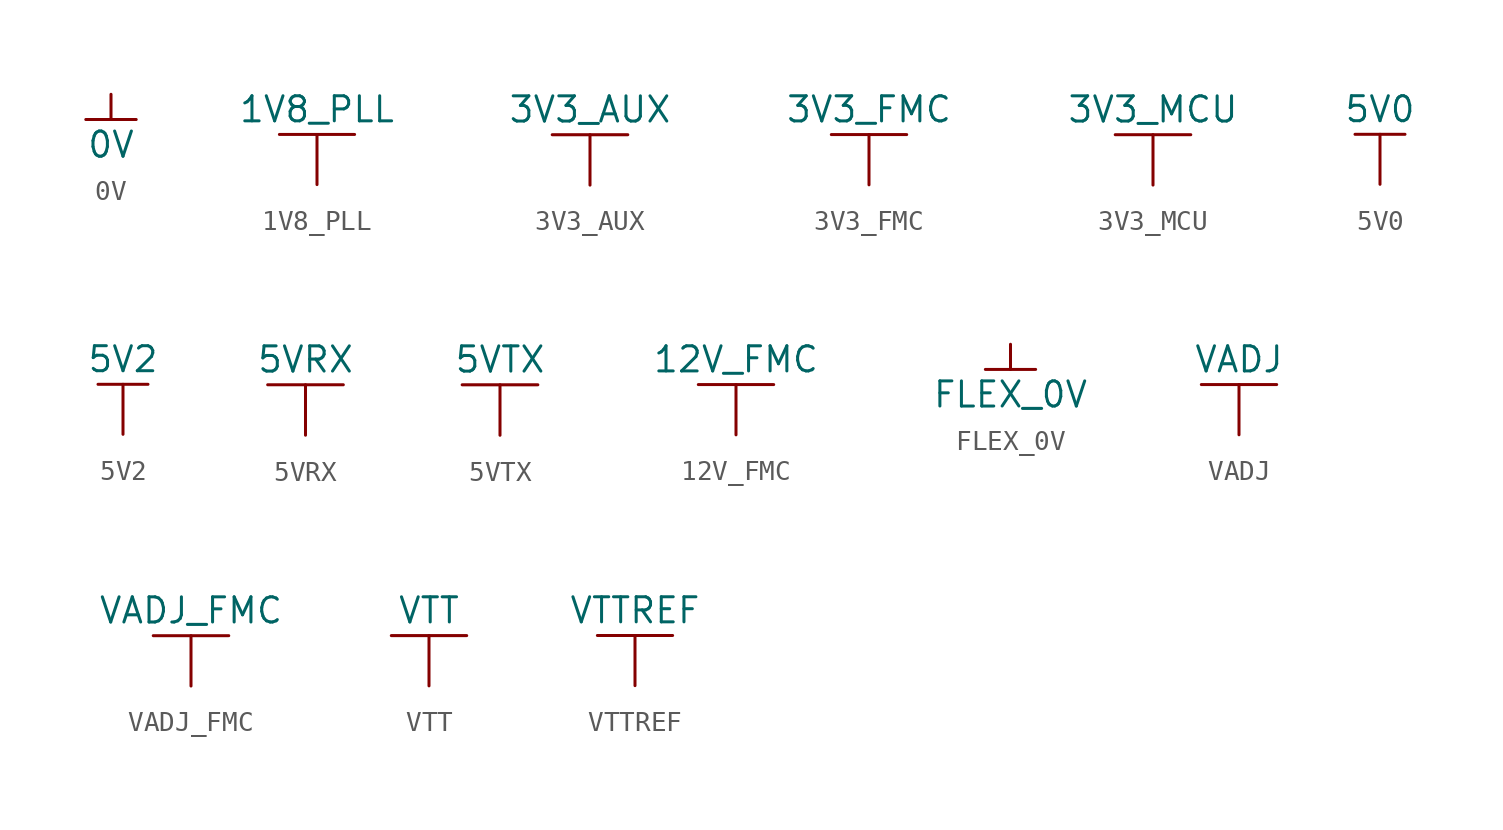
<source format=kicad_sym>
(kicad_symbol_lib
  (version 20220914)
  (generator kicad_symbol_editor)
  (symbol "0V"
    (power)
    (pin_numbers hide)
    (pin_names hide)
    (property "Reference" "#PWR"
      (at 0 0 0)
      (effects (font (size 1.27 1.27)) hide))
    (property "Value" "0V"
      (at 0 -2.54 0)
      (do_not_autoplace)
      (effects (font (size 1.27 1.27))))
    (symbol "0V_0_1"
      (polyline (pts (xy 0 0) (xy 0 -1.27)) (stroke (width 0.152) (type default)) (fill (type none)))
      (polyline (pts (xy 1.27 -1.27) (xy -1.27 -1.27)) (stroke (width 0.152) (type default)) (fill (type none))))
    (symbol "0V_1_1"
      (pin power_in line (at 0 0 270) (length 0) hide (name "0V" (effects (font (size 1.27 1.27)))) (number "1" (effects (font (size 1.27 1.27)))))))
  (symbol "1V8_PLL"
    (power)
    (property "Reference" "#PWR"
      (at -0.635 -3.175 0)
      (effects (font (size 1.27 1.27)) hide))
    (property "Value" "1V8_PLL"
      (at 0 3.81 0)
      (do_not_autoplace)
      (effects (font (size 1.27 1.27))))
    (symbol "1V8_PLL_0_1"
      (polyline (pts (xy -1.905 2.54) (xy 1.905 2.54)) (stroke (width 0.152) (type default)) (fill (type none)))
      (polyline (pts (xy 0 0) (xy 0 2.54)) (stroke (width 0.152) (type default)) (fill (type none))))
    (symbol "1V8_PLL_1_1"
      (pin power_in line (at 0 0 90) (length 0) hide (name "1V8_PLL" (effects (font (size 1.27 1.27)))) (number "1" (effects (font (size 1.27 1.27)))))))
  (symbol "3V3_AUX"
    (power)
    (property "Reference" "#PWR"
      (at -0.635 -3.175 0)
      (effects (font (size 1.27 1.27)) hide))
    (property "Value" "3V3_AUX"
      (at 0 3.81 0)
      (do_not_autoplace)
      (effects (font (size 1.27 1.27))))
    (symbol "3V3_AUX_0_1"
      (polyline (pts (xy -1.905 2.54) (xy 1.905 2.54)) (stroke (width 0.152) (type default)) (fill (type none)))
      (polyline (pts (xy 0 0) (xy 0 2.54)) (stroke (width 0.152) (type default)) (fill (type none))))
    (symbol "3V3_AUX_1_1"
      (pin power_in line (at 0 0 90) (length 0) hide (name "3V3_AUX" (effects (font (size 1.27 1.27)))) (number "1" (effects (font (size 1.27 1.27)))))))
  (symbol "3V3_FMC"
    (power)
    (property "Reference" "#PWR"
      (at -0.635 -3.175 0)
      (effects (font (size 1.27 1.27)) hide))
    (property "Value" "3V3_FMC"
      (at 0 3.81 0)
      (do_not_autoplace)
      (effects (font (size 1.27 1.27))))
    (symbol "3V3_FMC_0_1"
      (polyline (pts (xy -1.905 2.54) (xy 1.905 2.54)) (stroke (width 0.152) (type default)) (fill (type none)))
      (polyline (pts (xy 0 0) (xy 0 2.54)) (stroke (width 0.152) (type default)) (fill (type none))))
    (symbol "3V3_FMC_1_1"
      (pin power_in line (at 0 0 90) (length 0) hide (name "3V3_FMC" (effects (font (size 1.27 1.27)))) (number "1" (effects (font (size 1.27 1.27)))))))
  (symbol "3V3_MCU"
    (power)
    (property "Reference" "#PWR"
      (at -0.635 -3.175 0)
      (effects (font (size 1.27 1.27)) hide))
    (property "Value" "3V3_MCU"
      (at 0 3.81 0)
      (do_not_autoplace)
      (effects (font (size 1.27 1.27))))
    (symbol "3V3_MCU_0_1"
      (polyline (pts (xy -1.905 2.54) (xy 1.905 2.54)) (stroke (width 0.152) (type default)) (fill (type none)))
      (polyline (pts (xy 0 0) (xy 0 2.54)) (stroke (width 0.152) (type default)) (fill (type none))))
    (symbol "3V3_MCU_1_1"
      (pin power_in line (at 0 0 90) (length 0) hide (name "3V3_MCU" (effects (font (size 1.27 1.27)))) (number "1" (effects (font (size 1.27 1.27)))))))
  (symbol "5V0"
    (power)
    (property "Reference" "#PWR"
      (at -0.635 -3.175 0)
      (effects (font (size 1.27 1.27)) hide))
    (property "Value" "5V0"
      (at 0 3.81 0)
      (do_not_autoplace)
      (effects (font (size 1.27 1.27))))
    (symbol "5V0_0_1"
      (polyline (pts (xy -1.27 2.54) (xy 1.27 2.54)) (stroke (width 0.152) (type default)) (fill (type none)))
      (polyline (pts (xy 0 0) (xy 0 2.54)) (stroke (width 0.152) (type default)) (fill (type none))))
    (symbol "5V0_1_1"
      (pin power_in line (at 0 0 90) (length 0) hide (name "5V0" (effects (font (size 1.27 1.27)))) (number "1" (effects (font (size 1.27 1.27)))))))
  (symbol "5V2"
    (power)
    (property "Reference" "#PWR"
      (at -0.635 -3.175 0)
      (effects (font (size 1.27 1.27)) hide))
    (property "Value" "5V2"
      (at 0 3.81 0)
      (do_not_autoplace)
      (effects (font (size 1.27 1.27))))
    (symbol "5V2_0_1"
      (polyline (pts (xy -1.27 2.54) (xy 1.27 2.54)) (stroke (width 0.152) (type default)) (fill (type none)))
      (polyline (pts (xy 0 0) (xy 0 2.54)) (stroke (width 0.152) (type default)) (fill (type none))))
    (symbol "5V2_1_1"
      (pin power_in line (at 0 0 90) (length 0) hide (name "5V2" (effects (font (size 1.27 1.27)))) (number "1" (effects (font (size 1.27 1.27)))))))
  (symbol "5VRX"
    (power)
    (property "Reference" "#PWR"
      (at -0.635 -3.175 0)
      (effects (font (size 1.27 1.27)) hide))
    (property "Value" "5VRX"
      (at 0 3.81 0)
      (do_not_autoplace)
      (effects (font (size 1.27 1.27))))
    (symbol "5VRX_0_1"
      (polyline (pts (xy -1.905 2.54) (xy 1.905 2.54)) (stroke (width 0.152) (type default)) (fill (type none)))
      (polyline (pts (xy 0 0) (xy 0 2.54)) (stroke (width 0.152) (type default)) (fill (type none))))
    (symbol "5VRX_1_1"
      (pin power_in line (at 0 0 90) (length 0) hide (name "5VRX" (effects (font (size 1.27 1.27)))) (number "1" (effects (font (size 1.27 1.27)))))))
  (symbol "5VTX"
    (power)
    (property "Reference" "#PWR"
      (at -0.635 -3.175 0)
      (effects (font (size 1.27 1.27)) hide))
    (property "Value" "5VTX"
      (at 0 3.81 0)
      (do_not_autoplace)
      (effects (font (size 1.27 1.27))))
    (symbol "5VTX_0_1"
      (polyline (pts (xy -1.905 2.54) (xy 1.905 2.54)) (stroke (width 0.152) (type default)) (fill (type none)))
      (polyline (pts (xy 0 0) (xy 0 2.54)) (stroke (width 0.152) (type default)) (fill (type none))))
    (symbol "5VTX_1_1"
      (pin power_in line (at 0 0 90) (length 0) hide (name "5VTX" (effects (font (size 1.27 1.27)))) (number "1" (effects (font (size 1.27 1.27)))))))
  (symbol "12V_FMC"
    (power)
    (property "Reference" "#PWR"
      (at -0.635 -3.175 0)
      (effects (font (size 1.27 1.27)) hide))
    (property "Value" "12V_FMC"
      (at 0 3.81 0)
      (do_not_autoplace)
      (effects (font (size 1.27 1.27))))
    (symbol "12V_FMC_0_1"
      (polyline (pts (xy -1.905 2.54) (xy 1.905 2.54)) (stroke (width 0.152) (type default)) (fill (type none)))
      (polyline (pts (xy 0 0) (xy 0 2.54)) (stroke (width 0.152) (type default)) (fill (type none))))
    (symbol "12V_FMC_1_1"
      (pin power_in line (at 0 0 90) (length 0) hide (name "12V_FMC" (effects (font (size 1.27 1.27)))) (number "1" (effects (font (size 1.27 1.27)))))))
  (symbol "FLEX_0V"
    (power)
    (property "Reference" "#PWR"
      (at 0 0 0)
      (effects (font (size 1.27 1.27)) hide))
    (property "Value" "FLEX_0V"
      (at 0 -2.54 0)
      (do_not_autoplace)
      (effects (font (size 1.27 1.27))))
    (symbol "FLEX_0V_0_1"
      (polyline (pts (xy 0 0) (xy 0 -1.27)) (stroke (width 0.152) (type default)) (fill (type none)))
      (polyline (pts (xy 1.27 -1.27) (xy -1.27 -1.27)) (stroke (width 0.152) (type default)) (fill (type none))))
    (symbol "FLEX_0V_1_1"
      (pin power_in line (at 0 0 270) (length 0) hide (name "FLEX_0V" (effects (font (size 1.27 1.27)))) (number "1" (effects (font (size 1.27 1.27)))))))
  (symbol "VADJ"
    (power)
    (property "Reference" "#PWR"
      (at -0.635 -3.175 0)
      (effects (font (size 1.27 1.27)) hide))
    (property "Value" "VADJ"
      (at 0 3.81 0)
      (do_not_autoplace)
      (effects (font (size 1.27 1.27))))
    (symbol "VADJ_0_1"
      (polyline (pts (xy -1.905 2.54) (xy 1.905 2.54)) (stroke (width 0.152) (type default)) (fill (type none)))
      (polyline (pts (xy 0 0) (xy 0 2.54)) (stroke (width 0.152) (type default)) (fill (type none))))
    (symbol "VADJ_1_1"
      (pin power_in line (at 0 0 90) (length 0) hide (name "VADJ" (effects (font (size 1.27 1.27)))) (number "1" (effects (font (size 1.27 1.27)))))))
  (symbol "VADJ_FMC"
    (power)
    (property "Reference" "#PWR"
      (at -0.635 -3.175 0)
      (effects (font (size 1.27 1.27)) hide))
    (property "Value" "VADJ_FMC"
      (at 0 3.81 0)
      (do_not_autoplace)
      (effects (font (size 1.27 1.27))))
    (symbol "VADJ_FMC_0_1"
      (polyline (pts (xy -1.905 2.54) (xy 1.905 2.54)) (stroke (width 0.152) (type default)) (fill (type none)))
      (polyline (pts (xy 0 0) (xy 0 2.54)) (stroke (width 0.152) (type default)) (fill (type none))))
    (symbol "VADJ_FMC_1_1"
      (pin power_in line (at 0 0 90) (length 0) hide (name "VADJ_FMC" (effects (font (size 1.27 1.27)))) (number "1" (effects (font (size 1.27 1.27)))))))
  (symbol "VTT"
    (power)
    (property "Reference" "#PWR"
      (at 0 0 0)
      (effects (font (size 1.27 1.27)) hide))
    (property "Value" "VTT"
      (at 0 3.81 0)
      (do_not_autoplace)
      (effects (font (size 1.27 1.27))))
    (symbol "VTT_0_1"
      (polyline (pts (xy -1.905 2.54) (xy 1.905 2.54)) (stroke (width 0.152) (type default)) (fill (type none)))
      (polyline (pts (xy 0 0) (xy 0 2.54)) (stroke (width 0.152) (type default)) (fill (type none))))
    (symbol "VTT_1_1"
      (pin power_in line (at 0 0 90) (length 0) hide (name "VTT" (effects (font (size 1.27 1.27)))) (number "1" (effects (font (size 1.27 1.27)))))))
  (symbol "VTTREF"
    (power)
    (property "Reference" "#PWR"
      (at 0 0 0)
      (effects (font (size 1.27 1.27)) hide))
    (property "Value" "VTTREF"
      (at 0 3.81 0)
      (do_not_autoplace)
      (effects (font (size 1.27 1.27))))
    (symbol "VTTREF_0_1"
      (polyline (pts (xy -1.905 2.54) (xy 1.905 2.54)) (stroke (width 0.152) (type default)) (fill (type none)))
      (polyline (pts (xy 0 0) (xy 0 2.54)) (stroke (width 0.152) (type default)) (fill (type none))))
    (symbol "VTTREF_1_1"
      (pin power_in line (at 0 0 90) (length 0) hide (name "VTTREF" (effects (font (size 1.27 1.27)))) (number "1" (effects (font (size 1.27 1.27))))))))
</source>
